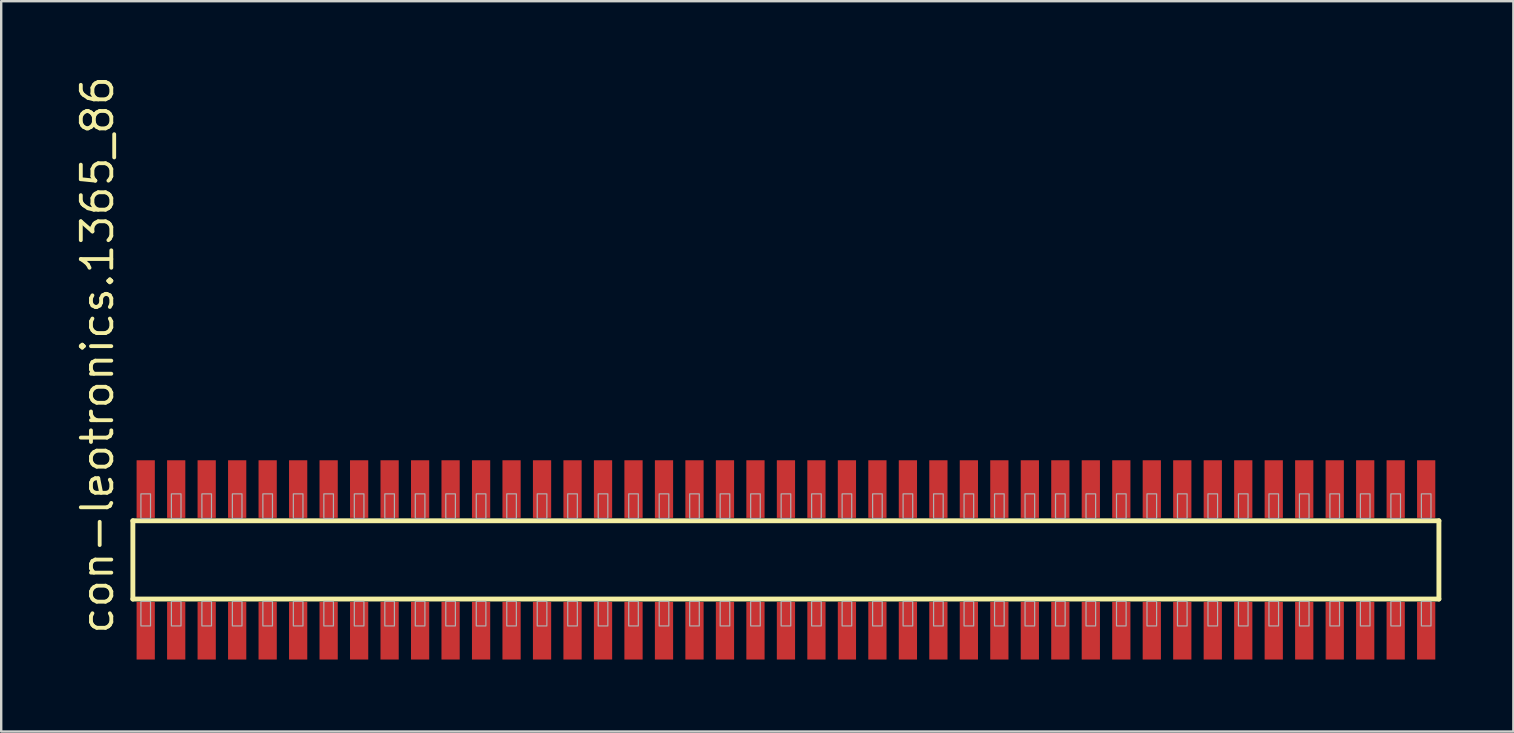
<source format=kicad_pcb>
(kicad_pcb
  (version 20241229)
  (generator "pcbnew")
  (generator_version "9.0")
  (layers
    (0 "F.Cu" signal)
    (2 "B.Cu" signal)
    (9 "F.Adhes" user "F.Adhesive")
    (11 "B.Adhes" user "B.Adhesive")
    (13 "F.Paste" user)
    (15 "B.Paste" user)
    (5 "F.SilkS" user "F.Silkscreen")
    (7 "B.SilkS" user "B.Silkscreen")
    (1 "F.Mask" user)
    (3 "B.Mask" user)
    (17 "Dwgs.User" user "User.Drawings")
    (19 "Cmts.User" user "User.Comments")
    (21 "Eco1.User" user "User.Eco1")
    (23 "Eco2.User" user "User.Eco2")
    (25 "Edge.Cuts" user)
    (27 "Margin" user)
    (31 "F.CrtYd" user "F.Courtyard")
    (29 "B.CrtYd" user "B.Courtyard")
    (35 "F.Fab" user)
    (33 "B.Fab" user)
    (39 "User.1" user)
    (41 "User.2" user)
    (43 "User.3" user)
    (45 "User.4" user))
  (footprint "con-leotronics.1365_86"
    (layer "F.Cu")
    (at 29.69 20.274)
    (property "Reference" "con-leotronics.1365_86" (at -27.94 3.175 90) (layer "F.SilkS") (effects (font (size 1.27 1.27) (thickness 0.16)) (justify left bottom)))
    (attr smd)
    (fp_line (start -27.205 -1.63) (end 27.2 -1.63) (stroke (width 0.203) (type default)) (layer "F.SilkS"))
    (fp_line (start -27.205 1.63) (end -27.205 -1.63) (stroke (width 0.203) (type default)) (layer "F.SilkS"))
    (fp_line (start 27.2 -1.63) (end 27.2 1.63) (stroke (width 0.203) (type default)) (layer "F.SilkS"))
    (fp_line (start 27.2 1.63) (end -27.205 1.63) (stroke (width 0.203) (type default)) (layer "F.SilkS"))
    (fp_rect (start -26.87 -1.725) (end -26.47 -2.75) (stroke (width 0.05) (type default)) (fill no) (layer "F.Fab"))
    (fp_rect (start -26.87 2.75) (end -26.47 1.725) (stroke (width 0.05) (type default)) (fill no) (layer "F.Fab"))
    (fp_rect (start -25.6 -1.725) (end -25.2 -2.75) (stroke (width 0.05) (type default)) (fill no) (layer "F.Fab"))
    (fp_rect (start -25.6 2.75) (end -25.2 1.725) (stroke (width 0.05) (type default)) (fill no) (layer "F.Fab"))
    (fp_rect (start -24.33 -1.725) (end -23.93 -2.75) (stroke (width 0.05) (type default)) (fill no) (layer "F.Fab"))
    (fp_rect (start -24.33 2.75) (end -23.93 1.725) (stroke (width 0.05) (type default)) (fill no) (layer "F.Fab"))
    (fp_rect (start -23.06 -1.725) (end -22.66 -2.75) (stroke (width 0.05) (type default)) (fill no) (layer "F.Fab"))
    (fp_rect (start -23.06 2.75) (end -22.66 1.725) (stroke (width 0.05) (type default)) (fill no) (layer "F.Fab"))
    (fp_rect (start -21.79 -1.725) (end -21.39 -2.75) (stroke (width 0.05) (type default)) (fill no) (layer "F.Fab"))
    (fp_rect (start -21.79 2.75) (end -21.39 1.725) (stroke (width 0.05) (type default)) (fill no) (layer "F.Fab"))
    (fp_rect (start -20.52 -1.725) (end -20.12 -2.75) (stroke (width 0.05) (type default)) (fill no) (layer "F.Fab"))
    (fp_rect (start -20.52 2.75) (end -20.12 1.725) (stroke (width 0.05) (type default)) (fill no) (layer "F.Fab"))
    (fp_rect (start -19.25 -1.725) (end -18.85 -2.75) (stroke (width 0.05) (type default)) (fill no) (layer "F.Fab"))
    (fp_rect (start -19.25 2.75) (end -18.85 1.725) (stroke (width 0.05) (type default)) (fill no) (layer "F.Fab"))
    (fp_rect (start -17.98 -1.725) (end -17.58 -2.75) (stroke (width 0.05) (type default)) (fill no) (layer "F.Fab"))
    (fp_rect (start -17.98 2.75) (end -17.58 1.725) (stroke (width 0.05) (type default)) (fill no) (layer "F.Fab"))
    (fp_rect (start -16.71 -1.725) (end -16.31 -2.75) (stroke (width 0.05) (type default)) (fill no) (layer "F.Fab"))
    (fp_rect (start -16.71 2.75) (end -16.31 1.725) (stroke (width 0.05) (type default)) (fill no) (layer "F.Fab"))
    (fp_rect (start -15.44 -1.725) (end -15.04 -2.75) (stroke (width 0.05) (type default)) (fill no) (layer "F.Fab"))
    (fp_rect (start -15.44 2.75) (end -15.04 1.725) (stroke (width 0.05) (type default)) (fill no) (layer "F.Fab"))
    (fp_rect (start -14.17 -1.725) (end -13.77 -2.75) (stroke (width 0.05) (type default)) (fill no) (layer "F.Fab"))
    (fp_rect (start -14.17 2.75) (end -13.77 1.725) (stroke (width 0.05) (type default)) (fill no) (layer "F.Fab"))
    (fp_rect (start -12.9 -1.725) (end -12.5 -2.75) (stroke (width 0.05) (type default)) (fill no) (layer "F.Fab"))
    (fp_rect (start -12.9 2.75) (end -12.5 1.725) (stroke (width 0.05) (type default)) (fill no) (layer "F.Fab"))
    (fp_rect (start -11.63 -1.725) (end -11.23 -2.75) (stroke (width 0.05) (type default)) (fill no) (layer "F.Fab"))
    (fp_rect (start -11.63 2.75) (end -11.23 1.725) (stroke (width 0.05) (type default)) (fill no) (layer "F.Fab"))
    (fp_rect (start -10.36 -1.725) (end -9.96 -2.75) (stroke (width 0.05) (type default)) (fill no) (layer "F.Fab"))
    (fp_rect (start -10.36 2.75) (end -9.96 1.725) (stroke (width 0.05) (type default)) (fill no) (layer "F.Fab"))
    (fp_rect (start -9.09 -1.725) (end -8.69 -2.75) (stroke (width 0.05) (type default)) (fill no) (layer "F.Fab"))
    (fp_rect (start -9.09 2.75) (end -8.69 1.725) (stroke (width 0.05) (type default)) (fill no) (layer "F.Fab"))
    (fp_rect (start -7.82 -1.725) (end -7.42 -2.75) (stroke (width 0.05) (type default)) (fill no) (layer "F.Fab"))
    (fp_rect (start -7.82 2.75) (end -7.42 1.725) (stroke (width 0.05) (type default)) (fill no) (layer "F.Fab"))
    (fp_rect (start -6.55 -1.725) (end -6.15 -2.75) (stroke (width 0.05) (type default)) (fill no) (layer "F.Fab"))
    (fp_rect (start -6.55 2.75) (end -6.15 1.725) (stroke (width 0.05) (type default)) (fill no) (layer "F.Fab"))
    (fp_rect (start -5.28 -1.725) (end -4.88 -2.75) (stroke (width 0.05) (type default)) (fill no) (layer "F.Fab"))
    (fp_rect (start -5.28 2.75) (end -4.88 1.725) (stroke (width 0.05) (type default)) (fill no) (layer "F.Fab"))
    (fp_rect (start -4.01 -1.725) (end -3.61 -2.75) (stroke (width 0.05) (type default)) (fill no) (layer "F.Fab"))
    (fp_rect (start -4.01 2.75) (end -3.61 1.725) (stroke (width 0.05) (type default)) (fill no) (layer "F.Fab"))
    (fp_rect (start -2.74 -1.725) (end -2.34 -2.75) (stroke (width 0.05) (type default)) (fill no) (layer "F.Fab"))
    (fp_rect (start -2.74 2.75) (end -2.34 1.725) (stroke (width 0.05) (type default)) (fill no) (layer "F.Fab"))
    (fp_rect (start -1.47 -1.725) (end -1.07 -2.75) (stroke (width 0.05) (type default)) (fill no) (layer "F.Fab"))
    (fp_rect (start -1.47 2.75) (end -1.07 1.725) (stroke (width 0.05) (type default)) (fill no) (layer "F.Fab"))
    (fp_rect (start -0.2 -1.725) (end 0.2 -2.75) (stroke (width 0.05) (type default)) (fill no) (layer "F.Fab"))
    (fp_rect (start -0.2 2.75) (end 0.2 1.725) (stroke (width 0.05) (type default)) (fill no) (layer "F.Fab"))
    (fp_rect (start 1.07 -1.725) (end 1.47 -2.75) (stroke (width 0.05) (type default)) (fill no) (layer "F.Fab"))
    (fp_rect (start 1.07 2.75) (end 1.47 1.725) (stroke (width 0.05) (type default)) (fill no) (layer "F.Fab"))
    (fp_rect (start 2.34 -1.725) (end 2.74 -2.75) (stroke (width 0.05) (type default)) (fill no) (layer "F.Fab"))
    (fp_rect (start 2.34 2.75) (end 2.74 1.725) (stroke (width 0.05) (type default)) (fill no) (layer "F.Fab"))
    (fp_rect (start 3.61 -1.725) (end 4.01 -2.75) (stroke (width 0.05) (type default)) (fill no) (layer "F.Fab"))
    (fp_rect (start 3.61 2.75) (end 4.01 1.725) (stroke (width 0.05) (type default)) (fill no) (layer "F.Fab"))
    (fp_rect (start 4.88 -1.725) (end 5.28 -2.75) (stroke (width 0.05) (type default)) (fill no) (layer "F.Fab"))
    (fp_rect (start 4.88 2.75) (end 5.28 1.725) (stroke (width 0.05) (type default)) (fill no) (layer "F.Fab"))
    (fp_rect (start 6.15 -1.725) (end 6.55 -2.75) (stroke (width 0.05) (type default)) (fill no) (layer "F.Fab"))
    (fp_rect (start 6.15 2.75) (end 6.55 1.725) (stroke (width 0.05) (type default)) (fill no) (layer "F.Fab"))
    (fp_rect (start 7.42 -1.725) (end 7.82 -2.75) (stroke (width 0.05) (type default)) (fill no) (layer "F.Fab"))
    (fp_rect (start 7.42 2.75) (end 7.82 1.725) (stroke (width 0.05) (type default)) (fill no) (layer "F.Fab"))
    (fp_rect (start 8.69 -1.725) (end 9.09 -2.75) (stroke (width 0.05) (type default)) (fill no) (layer "F.Fab"))
    (fp_rect (start 8.69 2.75) (end 9.09 1.725) (stroke (width 0.05) (type default)) (fill no) (layer "F.Fab"))
    (fp_rect (start 9.96 -1.725) (end 10.36 -2.75) (stroke (width 0.05) (type default)) (fill no) (layer "F.Fab"))
    (fp_rect (start 9.96 2.75) (end 10.36 1.725) (stroke (width 0.05) (type default)) (fill no) (layer "F.Fab"))
    (fp_rect (start 11.23 -1.725) (end 11.63 -2.75) (stroke (width 0.05) (type default)) (fill no) (layer "F.Fab"))
    (fp_rect (start 11.23 2.75) (end 11.63 1.725) (stroke (width 0.05) (type default)) (fill no) (layer "F.Fab"))
    (fp_rect (start 12.5 -1.725) (end 12.9 -2.75) (stroke (width 0.05) (type default)) (fill no) (layer "F.Fab"))
    (fp_rect (start 12.5 2.75) (end 12.9 1.725) (stroke (width 0.05) (type default)) (fill no) (layer "F.Fab"))
    (fp_rect (start 13.77 -1.725) (end 14.17 -2.75) (stroke (width 0.05) (type default)) (fill no) (layer "F.Fab"))
    (fp_rect (start 13.77 2.75) (end 14.17 1.725) (stroke (width 0.05) (type default)) (fill no) (layer "F.Fab"))
    (fp_rect (start 15.04 -1.725) (end 15.44 -2.75) (stroke (width 0.05) (type default)) (fill no) (layer "F.Fab"))
    (fp_rect (start 15.04 2.75) (end 15.44 1.725) (stroke (width 0.05) (type default)) (fill no) (layer "F.Fab"))
    (fp_rect (start 16.31 -1.725) (end 16.71 -2.75) (stroke (width 0.05) (type default)) (fill no) (layer "F.Fab"))
    (fp_rect (start 16.31 2.75) (end 16.71 1.725) (stroke (width 0.05) (type default)) (fill no) (layer "F.Fab"))
    (fp_rect (start 17.58 -1.725) (end 17.98 -2.75) (stroke (width 0.05) (type default)) (fill no) (layer "F.Fab"))
    (fp_rect (start 17.58 2.75) (end 17.98 1.725) (stroke (width 0.05) (type default)) (fill no) (layer "F.Fab"))
    (fp_rect (start 18.85 -1.725) (end 19.25 -2.75) (stroke (width 0.05) (type default)) (fill no) (layer "F.Fab"))
    (fp_rect (start 18.85 2.75) (end 19.25 1.725) (stroke (width 0.05) (type default)) (fill no) (layer "F.Fab"))
    (fp_rect (start 20.12 -1.725) (end 20.52 -2.75) (stroke (width 0.05) (type default)) (fill no) (layer "F.Fab"))
    (fp_rect (start 20.12 2.75) (end 20.52 1.725) (stroke (width 0.05) (type default)) (fill no) (layer "F.Fab"))
    (fp_rect (start 21.39 -1.725) (end 21.79 -2.75) (stroke (width 0.05) (type default)) (fill no) (layer "F.Fab"))
    (fp_rect (start 21.39 2.75) (end 21.79 1.725) (stroke (width 0.05) (type default)) (fill no) (layer "F.Fab"))
    (fp_rect (start 22.66 -1.725) (end 23.06 -2.75) (stroke (width 0.05) (type default)) (fill no) (layer "F.Fab"))
    (fp_rect (start 22.66 2.75) (end 23.06 1.725) (stroke (width 0.05) (type default)) (fill no) (layer "F.Fab"))
    (fp_rect (start 23.93 -1.725) (end 24.33 -2.75) (stroke (width 0.05) (type default)) (fill no) (layer "F.Fab"))
    (fp_rect (start 23.93 2.75) (end 24.33 1.725) (stroke (width 0.05) (type default)) (fill no) (layer "F.Fab"))
    (fp_rect (start 25.2 -1.725) (end 25.6 -2.75) (stroke (width 0.05) (type default)) (fill no) (layer "F.Fab"))
    (fp_rect (start 25.2 2.75) (end 25.6 1.725) (stroke (width 0.05) (type default)) (fill no) (layer "F.Fab"))
    (fp_rect (start 26.47 -1.725) (end 26.87 -2.75) (stroke (width 0.05) (type default)) (fill no) (layer "F.Fab"))
    (fp_rect (start 26.47 2.75) (end 26.87 1.725) (stroke (width 0.05) (type default)) (fill no) (layer "F.Fab"))
    (pad "1" smd roundrect (at -26.67 2.95) (size 0.76 2.4) (layers "F.Cu" "F.Mask" "F.Paste") (roundrect_rratio 0.01))
    (pad "2" smd roundrect (at -26.67 -2.95) (size 0.76 2.4) (layers "F.Cu" "F.Mask" "F.Paste") (roundrect_rratio 0.01))
    (pad "3" smd roundrect (at -25.4 2.95) (size 0.76 2.4) (layers "F.Cu" "F.Mask" "F.Paste") (roundrect_rratio 0.01))
    (pad "4" smd roundrect (at -25.4 -2.95) (size 0.76 2.4) (layers "F.Cu" "F.Mask" "F.Paste") (roundrect_rratio 0.01))
    (pad "5" smd roundrect (at -24.13 2.95) (size 0.76 2.4) (layers "F.Cu" "F.Mask" "F.Paste") (roundrect_rratio 0.01))
    (pad "6" smd roundrect (at -24.13 -2.95) (size 0.76 2.4) (layers "F.Cu" "F.Mask" "F.Paste") (roundrect_rratio 0.01))
    (pad "7" smd roundrect (at -22.86 2.95) (size 0.76 2.4) (layers "F.Cu" "F.Mask" "F.Paste") (roundrect_rratio 0.01))
    (pad "8" smd roundrect (at -22.86 -2.95) (size 0.76 2.4) (layers "F.Cu" "F.Mask" "F.Paste") (roundrect_rratio 0.01))
    (pad "9" smd roundrect (at -21.59 2.95) (size 0.76 2.4) (layers "F.Cu" "F.Mask" "F.Paste") (roundrect_rratio 0.01))
    (pad "10" smd roundrect (at -21.59 -2.95) (size 0.76 2.4) (layers "F.Cu" "F.Mask" "F.Paste") (roundrect_rratio 0.01))
    (pad "11" smd roundrect (at -20.32 2.95) (size 0.76 2.4) (layers "F.Cu" "F.Mask" "F.Paste") (roundrect_rratio 0.01))
    (pad "12" smd roundrect (at -20.32 -2.95) (size 0.76 2.4) (layers "F.Cu" "F.Mask" "F.Paste") (roundrect_rratio 0.01))
    (pad "13" smd roundrect (at -19.05 2.95) (size 0.76 2.4) (layers "F.Cu" "F.Mask" "F.Paste") (roundrect_rratio 0.01))
    (pad "14" smd roundrect (at -19.05 -2.95) (size 0.76 2.4) (layers "F.Cu" "F.Mask" "F.Paste") (roundrect_rratio 0.01))
    (pad "15" smd roundrect (at -17.78 2.95) (size 0.76 2.4) (layers "F.Cu" "F.Mask" "F.Paste") (roundrect_rratio 0.01))
    (pad "16" smd roundrect (at -17.78 -2.95) (size 0.76 2.4) (layers "F.Cu" "F.Mask" "F.Paste") (roundrect_rratio 0.01))
    (pad "17" smd roundrect (at -16.51 2.95) (size 0.76 2.4) (layers "F.Cu" "F.Mask" "F.Paste") (roundrect_rratio 0.01))
    (pad "18" smd roundrect (at -16.51 -2.95) (size 0.76 2.4) (layers "F.Cu" "F.Mask" "F.Paste") (roundrect_rratio 0.01))
    (pad "19" smd roundrect (at -15.24 2.95) (size 0.76 2.4) (layers "F.Cu" "F.Mask" "F.Paste") (roundrect_rratio 0.01))
    (pad "20" smd roundrect (at -15.24 -2.95) (size 0.76 2.4) (layers "F.Cu" "F.Mask" "F.Paste") (roundrect_rratio 0.01))
    (pad "21" smd roundrect (at -13.97 2.95) (size 0.76 2.4) (layers "F.Cu" "F.Mask" "F.Paste") (roundrect_rratio 0.01))
    (pad "22" smd roundrect (at -13.97 -2.95) (size 0.76 2.4) (layers "F.Cu" "F.Mask" "F.Paste") (roundrect_rratio 0.01))
    (pad "23" smd roundrect (at -12.7 2.95) (size 0.76 2.4) (layers "F.Cu" "F.Mask" "F.Paste") (roundrect_rratio 0.01))
    (pad "24" smd roundrect (at -12.7 -2.95) (size 0.76 2.4) (layers "F.Cu" "F.Mask" "F.Paste") (roundrect_rratio 0.01))
    (pad "25" smd roundrect (at -11.43 2.95) (size 0.76 2.4) (layers "F.Cu" "F.Mask" "F.Paste") (roundrect_rratio 0.01))
    (pad "26" smd roundrect (at -11.43 -2.95) (size 0.76 2.4) (layers "F.Cu" "F.Mask" "F.Paste") (roundrect_rratio 0.01))
    (pad "27" smd roundrect (at -10.16 2.95) (size 0.76 2.4) (layers "F.Cu" "F.Mask" "F.Paste") (roundrect_rratio 0.01))
    (pad "28" smd roundrect (at -10.16 -2.95) (size 0.76 2.4) (layers "F.Cu" "F.Mask" "F.Paste") (roundrect_rratio 0.01))
    (pad "29" smd roundrect (at -8.89 2.95) (size 0.76 2.4) (layers "F.Cu" "F.Mask" "F.Paste") (roundrect_rratio 0.01))
    (pad "30" smd roundrect (at -8.89 -2.95) (size 0.76 2.4) (layers "F.Cu" "F.Mask" "F.Paste") (roundrect_rratio 0.01))
    (pad "31" smd roundrect (at -7.62 2.95) (size 0.76 2.4) (layers "F.Cu" "F.Mask" "F.Paste") (roundrect_rratio 0.01))
    (pad "32" smd roundrect (at -7.62 -2.95) (size 0.76 2.4) (layers "F.Cu" "F.Mask" "F.Paste") (roundrect_rratio 0.01))
    (pad "33" smd roundrect (at -6.35 2.95) (size 0.76 2.4) (layers "F.Cu" "F.Mask" "F.Paste") (roundrect_rratio 0.01))
    (pad "34" smd roundrect (at -6.35 -2.95) (size 0.76 2.4) (layers "F.Cu" "F.Mask" "F.Paste") (roundrect_rratio 0.01))
    (pad "35" smd roundrect (at -5.08 2.95) (size 0.76 2.4) (layers "F.Cu" "F.Mask" "F.Paste") (roundrect_rratio 0.01))
    (pad "36" smd roundrect (at -5.08 -2.95) (size 0.76 2.4) (layers "F.Cu" "F.Mask" "F.Paste") (roundrect_rratio 0.01))
    (pad "37" smd roundrect (at -3.81 2.95) (size 0.76 2.4) (layers "F.Cu" "F.Mask" "F.Paste") (roundrect_rratio 0.01))
    (pad "38" smd roundrect (at -3.81 -2.95) (size 0.76 2.4) (layers "F.Cu" "F.Mask" "F.Paste") (roundrect_rratio 0.01))
    (pad "39" smd roundrect (at -2.54 2.95) (size 0.76 2.4) (layers "F.Cu" "F.Mask" "F.Paste") (roundrect_rratio 0.01))
    (pad "40" smd roundrect (at -2.54 -2.95) (size 0.76 2.4) (layers "F.Cu" "F.Mask" "F.Paste") (roundrect_rratio 0.01))
    (pad "41" smd roundrect (at -1.27 2.95) (size 0.76 2.4) (layers "F.Cu" "F.Mask" "F.Paste") (roundrect_rratio 0.01))
    (pad "42" smd roundrect (at -1.27 -2.95) (size 0.76 2.4) (layers "F.Cu" "F.Mask" "F.Paste") (roundrect_rratio 0.01))
    (pad "43" smd roundrect (at 0 2.95) (size 0.76 2.4) (layers "F.Cu" "F.Mask" "F.Paste") (roundrect_rratio 0.01))
    (pad "44" smd roundrect (at 0 -2.95) (size 0.76 2.4) (layers "F.Cu" "F.Mask" "F.Paste") (roundrect_rratio 0.01))
    (pad "45" smd roundrect (at 1.27 2.95) (size 0.76 2.4) (layers "F.Cu" "F.Mask" "F.Paste") (roundrect_rratio 0.01))
    (pad "46" smd roundrect (at 1.27 -2.95) (size 0.76 2.4) (layers "F.Cu" "F.Mask" "F.Paste") (roundrect_rratio 0.01))
    (pad "47" smd roundrect (at 2.54 2.95) (size 0.76 2.4) (layers "F.Cu" "F.Mask" "F.Paste") (roundrect_rratio 0.01))
    (pad "48" smd roundrect (at 2.54 -2.95) (size 0.76 2.4) (layers "F.Cu" "F.Mask" "F.Paste") (roundrect_rratio 0.01))
    (pad "49" smd roundrect (at 3.81 2.95) (size 0.76 2.4) (layers "F.Cu" "F.Mask" "F.Paste") (roundrect_rratio 0.01))
    (pad "50" smd roundrect (at 3.81 -2.95) (size 0.76 2.4) (layers "F.Cu" "F.Mask" "F.Paste") (roundrect_rratio 0.01))
    (pad "51" smd roundrect (at 5.08 2.95) (size 0.76 2.4) (layers "F.Cu" "F.Mask" "F.Paste") (roundrect_rratio 0.01))
    (pad "52" smd roundrect (at 5.08 -2.95) (size 0.76 2.4) (layers "F.Cu" "F.Mask" "F.Paste") (roundrect_rratio 0.01))
    (pad "53" smd roundrect (at 6.35 2.95) (size 0.76 2.4) (layers "F.Cu" "F.Mask" "F.Paste") (roundrect_rratio 0.01))
    (pad "54" smd roundrect (at 6.35 -2.95) (size 0.76 2.4) (layers "F.Cu" "F.Mask" "F.Paste") (roundrect_rratio 0.01))
    (pad "55" smd roundrect (at 7.62 2.95) (size 0.76 2.4) (layers "F.Cu" "F.Mask" "F.Paste") (roundrect_rratio 0.01))
    (pad "56" smd roundrect (at 7.62 -2.95) (size 0.76 2.4) (layers "F.Cu" "F.Mask" "F.Paste") (roundrect_rratio 0.01))
    (pad "57" smd roundrect (at 8.89 2.95) (size 0.76 2.4) (layers "F.Cu" "F.Mask" "F.Paste") (roundrect_rratio 0.01))
    (pad "58" smd roundrect (at 8.89 -2.95) (size 0.76 2.4) (layers "F.Cu" "F.Mask" "F.Paste") (roundrect_rratio 0.01))
    (pad "59" smd roundrect (at 10.16 2.95) (size 0.76 2.4) (layers "F.Cu" "F.Mask" "F.Paste") (roundrect_rratio 0.01))
    (pad "60" smd roundrect (at 10.16 -2.95) (size 0.76 2.4) (layers "F.Cu" "F.Mask" "F.Paste") (roundrect_rratio 0.01))
    (pad "61" smd roundrect (at 11.43 2.95) (size 0.76 2.4) (layers "F.Cu" "F.Mask" "F.Paste") (roundrect_rratio 0.01))
    (pad "62" smd roundrect (at 11.43 -2.95) (size 0.76 2.4) (layers "F.Cu" "F.Mask" "F.Paste") (roundrect_rratio 0.01))
    (pad "63" smd roundrect (at 12.7 2.95) (size 0.76 2.4) (layers "F.Cu" "F.Mask" "F.Paste") (roundrect_rratio 0.01))
    (pad "64" smd roundrect (at 12.7 -2.95) (size 0.76 2.4) (layers "F.Cu" "F.Mask" "F.Paste") (roundrect_rratio 0.01))
    (pad "65" smd roundrect (at 13.97 2.95) (size 0.76 2.4) (layers "F.Cu" "F.Mask" "F.Paste") (roundrect_rratio 0.01))
    (pad "66" smd roundrect (at 13.97 -2.95) (size 0.76 2.4) (layers "F.Cu" "F.Mask" "F.Paste") (roundrect_rratio 0.01))
    (pad "67" smd roundrect (at 15.24 2.95) (size 0.76 2.4) (layers "F.Cu" "F.Mask" "F.Paste") (roundrect_rratio 0.01))
    (pad "68" smd roundrect (at 15.24 -2.95) (size 0.76 2.4) (layers "F.Cu" "F.Mask" "F.Paste") (roundrect_rratio 0.01))
    (pad "69" smd roundrect (at 16.51 2.95) (size 0.76 2.4) (layers "F.Cu" "F.Mask" "F.Paste") (roundrect_rratio 0.01))
    (pad "70" smd roundrect (at 16.51 -2.95) (size 0.76 2.4) (layers "F.Cu" "F.Mask" "F.Paste") (roundrect_rratio 0.01))
    (pad "71" smd roundrect (at 17.78 2.95) (size 0.76 2.4) (layers "F.Cu" "F.Mask" "F.Paste") (roundrect_rratio 0.01))
    (pad "72" smd roundrect (at 17.78 -2.95) (size 0.76 2.4) (layers "F.Cu" "F.Mask" "F.Paste") (roundrect_rratio 0.01))
    (pad "73" smd roundrect (at 19.05 2.95) (size 0.76 2.4) (layers "F.Cu" "F.Mask" "F.Paste") (roundrect_rratio 0.01))
    (pad "74" smd roundrect (at 19.05 -2.95) (size 0.76 2.4) (layers "F.Cu" "F.Mask" "F.Paste") (roundrect_rratio 0.01))
    (pad "75" smd roundrect (at 20.32 2.95) (size 0.76 2.4) (layers "F.Cu" "F.Mask" "F.Paste") (roundrect_rratio 0.01))
    (pad "76" smd roundrect (at 20.32 -2.95) (size 0.76 2.4) (layers "F.Cu" "F.Mask" "F.Paste") (roundrect_rratio 0.01))
    (pad "77" smd roundrect (at 21.59 2.95) (size 0.76 2.4) (layers "F.Cu" "F.Mask" "F.Paste") (roundrect_rratio 0.01))
    (pad "78" smd roundrect (at 21.59 -2.95) (size 0.76 2.4) (layers "F.Cu" "F.Mask" "F.Paste") (roundrect_rratio 0.01))
    (pad "79" smd roundrect (at 22.86 2.95) (size 0.76 2.4) (layers "F.Cu" "F.Mask" "F.Paste") (roundrect_rratio 0.01))
    (pad "80" smd roundrect (at 22.86 -2.95) (size 0.76 2.4) (layers "F.Cu" "F.Mask" "F.Paste") (roundrect_rratio 0.01))
    (pad "81" smd roundrect (at 24.13 2.95) (size 0.76 2.4) (layers "F.Cu" "F.Mask" "F.Paste") (roundrect_rratio 0.01))
    (pad "82" smd roundrect (at 24.13 -2.95) (size 0.76 2.4) (layers "F.Cu" "F.Mask" "F.Paste") (roundrect_rratio 0.01))
    (pad "83" smd roundrect (at 25.4 2.95) (size 0.76 2.4) (layers "F.Cu" "F.Mask" "F.Paste") (roundrect_rratio 0.01))
    (pad "84" smd roundrect (at 25.4 -2.95) (size 0.76 2.4) (layers "F.Cu" "F.Mask" "F.Paste") (roundrect_rratio 0.01))
    (pad "85" smd roundrect (at 26.67 2.95) (size 0.76 2.4) (layers "F.Cu" "F.Mask" "F.Paste") (roundrect_rratio 0.01))
    (pad "86" smd roundrect (at 26.67 -2.95) (size 0.76 2.4) (layers "F.Cu" "F.Mask" "F.Paste") (roundrect_rratio 0.01)))
  (gr_rect
    (start -3 -3)
    (end 59.992 27.424)
    (stroke (width 0.1) (type default))
    (fill no)
    (layer "Edge.Cuts")))
</source>
